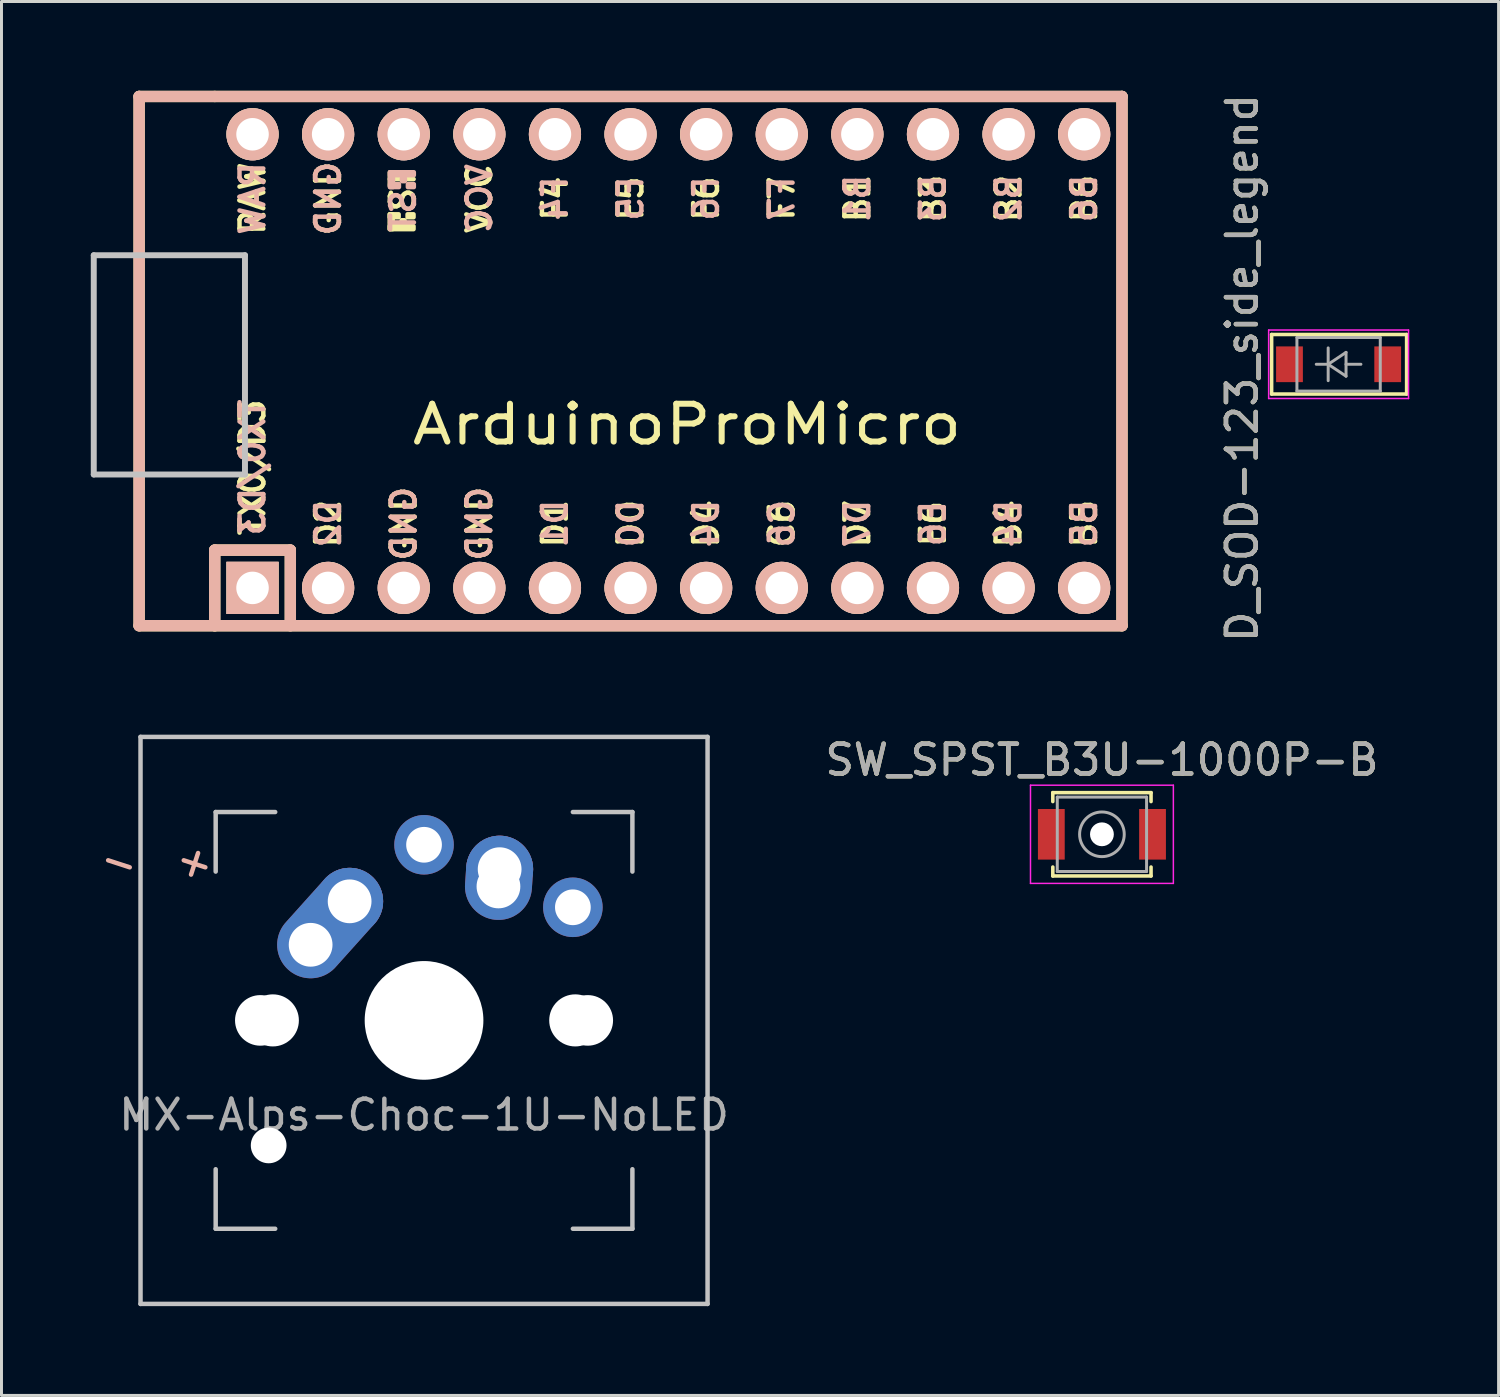
<source format=kicad_pcb>
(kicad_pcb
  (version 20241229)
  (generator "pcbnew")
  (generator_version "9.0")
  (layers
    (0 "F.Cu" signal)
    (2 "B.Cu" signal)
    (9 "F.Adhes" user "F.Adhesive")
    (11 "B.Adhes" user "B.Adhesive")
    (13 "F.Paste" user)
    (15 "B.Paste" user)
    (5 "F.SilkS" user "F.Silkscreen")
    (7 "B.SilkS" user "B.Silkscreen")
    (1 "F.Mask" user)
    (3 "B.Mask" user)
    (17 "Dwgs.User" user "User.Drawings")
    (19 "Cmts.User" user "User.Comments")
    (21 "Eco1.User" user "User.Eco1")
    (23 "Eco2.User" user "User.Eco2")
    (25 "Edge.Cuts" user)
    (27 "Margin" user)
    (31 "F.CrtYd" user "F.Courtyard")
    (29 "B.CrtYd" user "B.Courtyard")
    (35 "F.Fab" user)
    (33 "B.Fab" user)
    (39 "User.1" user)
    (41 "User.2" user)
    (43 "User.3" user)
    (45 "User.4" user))
  (footprint "D_SOD-123_side_legend"
    (layer "F.Cu")
    (at 41.921 9.188)
    (property "Reference" "D_SOD-123_side_legend" (at -3.239 0.127 270) (layer "F.SilkS") (effects (font (size 1 1) (thickness 0.15))))
    (attr smd)
    (fp_line (start -2.25 -1) (end -2.25 1) (stroke (width 0.12) (type solid)) (layer "F.SilkS"))
    (fp_line (start -2.25 -1) (end 2.286 -1) (stroke (width 0.12) (type solid)) (layer "F.SilkS"))
    (fp_line (start -2.25 1) (end 2.286 1) (stroke (width 0.12) (type solid)) (layer "F.SilkS"))
    (fp_line (start 2.286 -1) (end 2.286 1) (stroke (width 0.12) (type solid)) (layer "F.SilkS"))
    (fp_line (start -2.35 -1.15) (end -2.35 1.15) (stroke (width 0.05) (type solid)) (layer "F.CrtYd"))
    (fp_line (start -2.35 -1.15) (end 2.35 -1.15) (stroke (width 0.05) (type solid)) (layer "F.CrtYd"))
    (fp_line (start 2.35 -1.15) (end 2.35 1.15) (stroke (width 0.05) (type solid)) (layer "F.CrtYd"))
    (fp_line (start 2.35 1.15) (end -2.35 1.15) (stroke (width 0.05) (type solid)) (layer "F.CrtYd"))
    (fp_line (start -1.4 -0.9) (end 1.4 -0.9) (stroke (width 0.1) (type solid)) (layer "F.Fab"))
    (fp_line (start -1.4 0.9) (end -1.4 -0.9) (stroke (width 0.1) (type solid)) (layer "F.Fab"))
    (fp_line (start -0.75 0) (end -0.35 0) (stroke (width 0.1) (type solid)) (layer "F.Fab"))
    (fp_line (start -0.35 0) (end -0.35 -0.55) (stroke (width 0.1) (type solid)) (layer "F.Fab"))
    (fp_line (start -0.35 0) (end -0.35 0.55) (stroke (width 0.1) (type solid)) (layer "F.Fab"))
    (fp_line (start -0.35 0) (end 0.25 -0.4) (stroke (width 0.1) (type solid)) (layer "F.Fab"))
    (fp_line (start 0.25 -0.4) (end 0.25 0.4) (stroke (width 0.1) (type solid)) (layer "F.Fab"))
    (fp_line (start 0.25 0) (end 0.75 0) (stroke (width 0.1) (type solid)) (layer "F.Fab"))
    (fp_line (start 0.25 0.4) (end -0.35 0) (stroke (width 0.1) (type solid)) (layer "F.Fab"))
    (fp_line (start 1.4 -0.9) (end 1.4 0.9) (stroke (width 0.1) (type solid)) (layer "F.Fab"))
    (fp_line (start 1.4 0.9) (end -1.4 0.9) (stroke (width 0.1) (type solid)) (layer "F.Fab"))
    (fp_text user "${REFERENCE}" (at -3.239 0.127 270) (layer "F.Fab") (effects (font (size 1 1) (thickness 0.15))))
    (pad "1" smd rect (at -1.65 0) (size 0.9 1.2) (layers "F.Cu" "F.Mask" "F.Paste"))
    (pad "2" smd rect (at 1.65 0) (size 0.9 1.2) (layers "F.Cu" "F.Mask" "F.Paste")))
  (footprint "SW_SPST_B3U-1000P-B"
    (layer "F.Cu")
    (at 33.97 24.979)
    (property "Reference" "SW_SPST_B3U-1000P-B" (at 0 -2.5 180) (layer "F.SilkS") (effects (font (size 1 1) (thickness 0.15))))
    (attr smd)
    (fp_line (start -1.65 -1.4) (end 1.65 -1.4) (stroke (width 0.12) (type solid)) (layer "F.SilkS"))
    (fp_line (start -1.65 -1.1) (end -1.65 -1.4) (stroke (width 0.12) (type solid)) (layer "F.SilkS"))
    (fp_line (start -1.65 1.1) (end -1.65 1.4) (stroke (width 0.12) (type solid)) (layer "F.SilkS"))
    (fp_line (start -1.65 1.4) (end 1.65 1.4) (stroke (width 0.12) (type solid)) (layer "F.SilkS"))
    (fp_line (start 1.65 -1.4) (end 1.65 -1.1) (stroke (width 0.12) (type solid)) (layer "F.SilkS"))
    (fp_line (start 1.65 1.4) (end 1.65 1.1) (stroke (width 0.12) (type solid)) (layer "F.SilkS"))
    (fp_line (start -2.4 -1.65) (end -2.4 1.65) (stroke (width 0.05) (type solid)) (layer "F.CrtYd"))
    (fp_line (start -2.4 1.65) (end 2.4 1.65) (stroke (width 0.05) (type solid)) (layer "F.CrtYd"))
    (fp_line (start 2.4 -1.65) (end -2.4 -1.65) (stroke (width 0.05) (type solid)) (layer "F.CrtYd"))
    (fp_line (start 2.4 1.65) (end 2.4 -1.65) (stroke (width 0.05) (type solid)) (layer "F.CrtYd"))
    (fp_line (start -1.5 -1.25) (end 1.5 -1.25) (stroke (width 0.1) (type solid)) (layer "F.Fab"))
    (fp_line (start -1.5 1.25) (end -1.5 -1.25) (stroke (width 0.1) (type solid)) (layer "F.Fab"))
    (fp_line (start 1.5 -1.25) (end 1.5 1.25) (stroke (width 0.1) (type solid)) (layer "F.Fab"))
    (fp_line (start 1.5 1.25) (end -1.5 1.25) (stroke (width 0.1) (type solid)) (layer "F.Fab"))
    (fp_circle (center 0 0) (end 0.75 0) (stroke (width 0.1) (type solid)) (fill no) (layer "F.Fab"))
    (fp_text user "${REFERENCE}" (at 0 -2.5 180) (layer "F.Fab") (effects (font (size 1 1) (thickness 0.15))))
    (pad "" np_thru_hole circle (at 0 0) (size 0.8 0.8) (drill 0.8) (layers "*.Cu" "*.Mask"))
    (pad "1" smd rect (at -1.7 0) (size 0.9 1.7) (layers "F.Cu" "F.Mask" "F.Paste"))
    (pad "2" smd rect (at 1.7 0) (size 0.9 1.7) (layers "F.Cu" "F.Mask" "F.Paste")))
  (footprint "MX-Alps-Choc-1U-NoLED"
    (layer "F.Cu")
    (at 11.196 31.231)
    (property "Reference" "MX-Alps-Choc-1U-NoLED" (at 0 3.175 180) (layer "F.Fab") (effects (font (size 1 1) (thickness 0.15))))
    (attr through_hole)
    (fp_line (start -9.525 -9.525) (end 9.525 -9.525) (stroke (width 0.15) (type solid)) (layer "Dwgs.User"))
    (fp_line (start -9.525 9.525) (end -9.525 -9.525) (stroke (width 0.15) (type solid)) (layer "Dwgs.User"))
    (fp_line (start -7 -7) (end -7 -5) (stroke (width 0.15) (type solid)) (layer "Dwgs.User"))
    (fp_line (start -7 5) (end -7 7) (stroke (width 0.15) (type solid)) (layer "Dwgs.User"))
    (fp_line (start -7 7) (end -5 7) (stroke (width 0.15) (type solid)) (layer "Dwgs.User"))
    (fp_line (start -5 -7) (end -7 -7) (stroke (width 0.15) (type solid)) (layer "Dwgs.User"))
    (fp_line (start 5 -7) (end 7 -7) (stroke (width 0.15) (type solid)) (layer "Dwgs.User"))
    (fp_line (start 5 7) (end 7 7) (stroke (width 0.15) (type solid)) (layer "Dwgs.User"))
    (fp_line (start 7 -7) (end 7 -5) (stroke (width 0.15) (type solid)) (layer "Dwgs.User"))
    (fp_line (start 7 7) (end 7 5) (stroke (width 0.15) (type solid)) (layer "Dwgs.User"))
    (fp_line (start 9.525 -9.525) (end 9.525 9.525) (stroke (width 0.15) (type solid)) (layer "Dwgs.User"))
    (fp_line (start 9.525 9.525) (end -9.525 9.525) (stroke (width 0.15) (type solid)) (layer "Dwgs.User"))
    (fp_text user "-" (at -10.227 -5.331 342) (layer "B.SilkS") (effects (font (size 1 1) (thickness 0.15)) (justify mirror)))
    (fp_text user "+" (at -7.687 -5.331 342) (layer "B.SilkS") (effects (font (size 1 1) (thickness 0.15)) (justify mirror)))
    (pad "" np_thru_hole circle (at -5.5 0 48.1) (size 1.7 1.7) (drill 1.7) (layers "*.Cu" "*.Mask"))
    (pad "" np_thru_hole circle (at -5.22 4.2 48.1) (size 1.2 1.2) (drill 1.2) (layers "*.Cu" "*.Mask"))
    (pad "" np_thru_hole circle (at -5.08 0 48.1) (size 1.75 1.75) (drill 1.75) (layers "*.Cu" "*.Mask"))
    (pad "" np_thru_hole circle (at 0 0) (size 3.988 3.988) (drill 3.988) (layers "*.Cu" "*.Mask"))
    (pad "" np_thru_hole circle (at 5.08 0 48.1) (size 1.75 1.75) (drill 1.75) (layers "*.Cu" "*.Mask"))
    (pad "" np_thru_hole circle (at 5.5 0 48.1) (size 1.7 1.7) (drill 1.7) (layers "*.Cu" "*.Mask"))
    (pad "1" thru_hole oval (at 2.5 -4.5 86.1) (size 2.831 2.25) (drill 1.47 (offset 0.291 0)) (layers "*.Cu" "*.Mask"))
    (pad "1" thru_hole circle (at 2.54 -5.08) (size 2.25 2.25) (drill 1.47) (layers "*.Cu" "*.Mask"))
    (pad "1" thru_hole circle (at 5 -3.8) (size 2 2) (drill 1.2) (layers "*.Cu" "*.Mask"))
    (pad "2" thru_hole oval (at -3.81 -2.54 48.1) (size 4.212 2.25) (drill 1.47 (offset 0.981 0)) (layers "*.Cu" "*.Mask"))
    (pad "2" thru_hole circle (at -2.5 -4) (size 2.25 2.25) (drill 1.47) (layers "*.Cu" "*.Mask"))
    (pad "2" thru_hole circle (at 0 -5.9) (size 2 2) (drill 1.2) (layers "*.Cu" "*.Mask")))
  (footprint "ArduinoProMicro"
    (layer "F.Cu")
    (at 19.404 9.081)
    (property "Reference" "ArduinoProMicro" (at 0.63 2.126 180) (layer "F.SilkS") (effects (font (size 1.27 1.524) (thickness 0.203))))
    (attr through_hole)
    (fp_line (start -17.78 -8.89) (end -17.78 8.89) (stroke (width 0.381) (type solid)) (layer "F.SilkS"))
    (fp_line (start -17.78 8.89) (end -15.24 8.89) (stroke (width 0.381) (type solid)) (layer "F.SilkS"))
    (fp_line (start -15.24 -8.89) (end -17.78 -8.89) (stroke (width 0.381) (type solid)) (layer "F.SilkS"))
    (fp_line (start -15.24 6.35) (end -15.24 8.89) (stroke (width 0.381) (type solid)) (layer "F.SilkS"))
    (fp_line (start -15.24 6.35) (end -12.7 6.35) (stroke (width 0.381) (type solid)) (layer "F.SilkS"))
    (fp_line (start -15.24 8.89) (end 15.24 8.89) (stroke (width 0.381) (type solid)) (layer "F.SilkS"))
    (fp_line (start -12.7 6.35) (end -12.7 8.89) (stroke (width 0.381) (type solid)) (layer "F.SilkS"))
    (fp_line (start 15.24 -8.89) (end -15.24 -8.89) (stroke (width 0.381) (type solid)) (layer "F.SilkS"))
    (fp_line (start 15.24 8.89) (end 15.24 -8.89) (stroke (width 0.381) (type solid)) (layer "F.SilkS"))
    (fp_poly (pts (xy -9.361 -4.932) (xy -9.261 -4.932) (xy -9.261 -4.432) (xy -9.361 -4.432)) (stroke (width 0.15) (type solid)) (fill yes) (layer "F.SilkS"))
    (fp_poly (pts (xy -9.361 -4.932) (xy -9.061 -4.932) (xy -9.061 -4.832) (xy -9.361 -4.832)) (stroke (width 0.15) (type solid)) (fill yes) (layer "F.SilkS"))
    (fp_poly (pts (xy -9.361 -4.532) (xy -8.561 -4.532) (xy -8.561 -4.432) (xy -9.361 -4.432)) (stroke (width 0.15) (type solid)) (fill yes) (layer "F.SilkS"))
    (fp_poly (pts (xy -8.961 -4.732) (xy -8.861 -4.732) (xy -8.861 -4.632) (xy -8.961 -4.632)) (stroke (width 0.15) (type solid)) (fill yes) (layer "F.SilkS"))
    (fp_poly (pts (xy -8.761 -4.932) (xy -8.561 -4.932) (xy -8.561 -4.832) (xy -8.761 -4.832)) (stroke (width 0.15) (type solid)) (fill yes) (layer "F.SilkS"))
    (fp_line (start -17.78 -8.89) (end -17.78 8.89) (stroke (width 0.381) (type solid)) (layer "B.SilkS"))
    (fp_line (start -17.78 8.89) (end 15.24 8.89) (stroke (width 0.381) (type solid)) (layer "B.SilkS"))
    (fp_line (start -15.24 6.35) (end -15.24 8.89) (stroke (width 0.381) (type solid)) (layer "B.SilkS"))
    (fp_line (start -15.24 6.35) (end -12.7 6.35) (stroke (width 0.381) (type solid)) (layer "B.SilkS"))
    (fp_line (start -12.7 6.35) (end -12.7 8.89) (stroke (width 0.381) (type solid)) (layer "B.SilkS"))
    (fp_line (start 15.24 -8.89) (end -17.78 -8.89) (stroke (width 0.381) (type solid)) (layer "B.SilkS"))
    (fp_line (start 15.24 8.89) (end 15.24 -8.89) (stroke (width 0.381) (type solid)) (layer "B.SilkS"))
    (fp_poly (pts (xy -9.351 -6.245) (xy -8.551 -6.245) (xy -8.551 -6.345) (xy -9.351 -6.345)) (stroke (width 0.15) (type solid)) (fill yes) (layer "B.SilkS"))
    (fp_poly (pts (xy -9.351 -5.845) (xy -9.251 -5.845) (xy -9.251 -6.345) (xy -9.351 -6.345)) (stroke (width 0.15) (type solid)) (fill yes) (layer "B.SilkS"))
    (fp_poly (pts (xy -9.351 -5.845) (xy -9.051 -5.845) (xy -9.051 -5.945) (xy -9.351 -5.945)) (stroke (width 0.15) (type solid)) (fill yes) (layer "B.SilkS"))
    (fp_poly (pts (xy -8.951 -6.045) (xy -8.851 -6.045) (xy -8.851 -6.145) (xy -8.951 -6.145)) (stroke (width 0.15) (type solid)) (fill yes) (layer "B.SilkS"))
    (fp_poly (pts (xy -8.751 -5.845) (xy -8.551 -5.845) (xy -8.551 -5.945) (xy -8.751 -5.945)) (stroke (width 0.15) (type solid)) (fill yes) (layer "B.SilkS"))
    (fp_line (start -19.304 -3.556) (end -14.224 -3.556) (stroke (width 0.2) (type solid)) (layer "Dwgs.User"))
    (fp_line (start -19.304 3.81) (end -19.304 -3.556) (stroke (width 0.2) (type solid)) (layer "Dwgs.User"))
    (fp_line (start -14.224 -3.556) (end -14.224 3.81) (stroke (width 0.2) (type solid)) (layer "Dwgs.User"))
    (fp_line (start -14.224 3.81) (end -19.304 3.81) (stroke (width 0.2) (type solid)) (layer "Dwgs.User"))
    (fp_text user "VCC" (at -6.35 -5.461 270) (layer "F.SilkS") (effects (font (size 0.8 0.8) (thickness 0.15))))
    (fp_text user "D2" (at -11.43 5.461 270) (layer "F.SilkS") (effects (font (size 0.8 0.8) (thickness 0.15))))
    (fp_text user "F5" (at -1.27 -5.461 270) (layer "F.SilkS") (effects (font (size 0.8 0.8) (thickness 0.15))))
    (fp_text user "E6" (at 8.89 5.461 270) (layer "F.SilkS") (effects (font (size 0.8 0.8) (thickness 0.15))))
    (fp_text user "F6" (at 1.27 -5.461 270) (layer "F.SilkS") (effects (font (size 0.8 0.8) (thickness 0.15))))
    (fp_text user "ST" (at -8.92 -5.733 270) (layer "F.SilkS") (effects (font (size 0.8 0.8) (thickness 0.15))))
    (fp_text user "GND" (at -6.35 5.461 270) (layer "F.SilkS") (effects (font (size 0.8 0.8) (thickness 0.15))))
    (fp_text user "GND" (at -11.43 -5.461 270) (layer "F.SilkS") (effects (font (size 0.8 0.8) (thickness 0.15))))
    (fp_text user "B1" (at 6.35 -5.461 270) (layer "F.SilkS") (effects (font (size 0.8 0.8) (thickness 0.15))))
    (fp_text user "D0" (at -1.27 5.461 270) (layer "F.SilkS") (effects (font (size 0.8 0.8) (thickness 0.15))))
    (fp_text user "D1" (at -3.81 5.461 270) (layer "F.SilkS") (effects (font (size 0.8 0.8) (thickness 0.15))))
    (fp_text user "F4" (at -3.81 -5.461 270) (layer "F.SilkS") (effects (font (size 0.8 0.8) (thickness 0.15))))
    (fp_text user "B2" (at 11.43 -5.461 270) (layer "F.SilkS") (effects (font (size 0.8 0.8) (thickness 0.15))))
    (fp_text user "B6" (at 13.97 -5.461 270) (layer "F.SilkS") (effects (font (size 0.8 0.8) (thickness 0.15))))
    (fp_text user "TX0/D3" (at -13.97 3.572 270) (layer "F.SilkS") (effects (font (size 0.8 0.8) (thickness 0.15))))
    (fp_text user "B4" (at 11.43 5.461 270) (layer "F.SilkS") (effects (font (size 0.8 0.8) (thickness 0.15))))
    (fp_text user "B3" (at 8.89 -5.461 270) (layer "F.SilkS") (effects (font (size 0.8 0.8) (thickness 0.15))))
    (fp_text user "C6" (at 3.81 5.461 270) (layer "F.SilkS") (effects (font (size 0.8 0.8) (thickness 0.15))))
    (fp_text user "D4" (at 1.27 5.461 270) (layer "F.SilkS") (effects (font (size 0.8 0.8) (thickness 0.15))))
    (fp_text user "GND" (at -8.89 5.461 270) (layer "F.SilkS") (effects (font (size 0.8 0.8) (thickness 0.15))))
    (fp_text user "F7" (at 3.81 -5.461 270) (layer "F.SilkS") (effects (font (size 0.8 0.8) (thickness 0.15))))
    (fp_text user "RAW" (at -13.97 -5.461 270) (layer "F.SilkS") (effects (font (size 0.8 0.8) (thickness 0.15))))
    (fp_text user "B5" (at 13.97 5.461 270) (layer "F.SilkS") (effects (font (size 0.8 0.8) (thickness 0.15))))
    (fp_text user "D7" (at 6.35 5.461 270) (layer "F.SilkS") (effects (font (size 0.8 0.8) (thickness 0.15))))
    (fp_text user "B4" (at 11.43 5.461 270) (layer "B.SilkS") (effects (font (size 0.8 0.8) (thickness 0.15)) (justify mirror)))
    (fp_text user "VCC" (at -6.35 -5.461 270) (layer "B.SilkS") (effects (font (size 0.8 0.8) (thickness 0.15)) (justify mirror)))
    (fp_text user "F6" (at 1.27 -5.461 270) (layer "B.SilkS") (effects (font (size 0.8 0.8) (thickness 0.15)) (justify mirror)))
    (fp_text user "B1" (at 6.35 -5.461 270) (layer "B.SilkS") (effects (font (size 0.8 0.8) (thickness 0.15)) (justify mirror)))
    (fp_text user "C6" (at 3.81 5.461 270) (layer "B.SilkS") (effects (font (size 0.8 0.8) (thickness 0.15)) (justify mirror)))
    (fp_text user "GND" (at -6.35 5.461 270) (layer "B.SilkS") (effects (font (size 0.8 0.8) (thickness 0.15)) (justify mirror)))
    (fp_text user "ST" (at -8.91 -5.04 270) (layer "B.SilkS") (effects (font (size 0.8 0.8) (thickness 0.15)) (justify mirror)))
    (fp_text user "B5" (at 13.97 5.461 270) (layer "B.SilkS") (effects (font (size 0.8 0.8) (thickness 0.15)) (justify mirror)))
    (fp_text user "B6" (at 13.97 -5.461 270) (layer "B.SilkS") (effects (font (size 0.8 0.8) (thickness 0.15)) (justify mirror)))
    (fp_text user "D7" (at 6.35 5.461 270) (layer "B.SilkS") (effects (font (size 0.8 0.8) (thickness 0.15)) (justify mirror)))
    (fp_text user "D1" (at -3.81 5.461 270) (layer "B.SilkS") (effects (font (size 0.8 0.8) (thickness 0.15)) (justify mirror)))
    (fp_text user "RAW" (at -13.97 -5.461 270) (layer "B.SilkS") (effects (font (size 0.8 0.8) (thickness 0.15)) (justify mirror)))
    (fp_text user "D4" (at 1.27 5.461 270) (layer "B.SilkS") (effects (font (size 0.8 0.8) (thickness 0.15)) (justify mirror)))
    (fp_text user "GND" (at -11.43 -5.461 270) (layer "B.SilkS") (effects (font (size 0.8 0.8) (thickness 0.15)) (justify mirror)))
    (fp_text user "B3" (at 8.89 -5.461 270) (layer "B.SilkS") (effects (font (size 0.8 0.8) (thickness 0.15)) (justify mirror)))
    (fp_text user "D0" (at -1.27 5.461 270) (layer "B.SilkS") (effects (font (size 0.8 0.8) (thickness 0.15)) (justify mirror)))
    (fp_text user "E6" (at 8.89 5.461 270) (layer "B.SilkS") (effects (font (size 0.8 0.8) (thickness 0.15)) (justify mirror)))
    (fp_text user "F5" (at -1.27 -5.461 270) (layer "B.SilkS") (effects (font (size 0.8 0.8) (thickness 0.15)) (justify mirror)))
    (fp_text user "GND" (at -8.89 5.461 270) (layer "B.SilkS") (effects (font (size 0.8 0.8) (thickness 0.15)) (justify mirror)))
    (fp_text user "F7" (at 3.81 -5.461 270) (layer "B.SilkS") (effects (font (size 0.8 0.8) (thickness 0.15)) (justify mirror)))
    (fp_text user "TX0/D3" (at -13.97 3.572 270) (layer "B.SilkS") (effects (font (size 0.8 0.8) (thickness 0.15)) (justify mirror)))
    (fp_text user "B2" (at 11.43 -5.461 270) (layer "B.SilkS") (effects (font (size 0.8 0.8) (thickness 0.15)) (justify mirror)))
    (fp_text user "F4" (at -3.81 -5.461 270) (layer "B.SilkS") (effects (font (size 0.8 0.8) (thickness 0.15)) (justify mirror)))
    (fp_text user "D2" (at -11.43 5.461 270) (layer "B.SilkS") (effects (font (size 0.8 0.8) (thickness 0.15)) (justify mirror)))
    (pad "1" thru_hole rect (at -13.97 7.62) (size 1.753 1.753) (drill 1.092) (layers "*.Cu" "*.SilkS" "*.Mask"))
    (pad "2" thru_hole circle (at -11.43 7.62) (size 1.753 1.753) (drill 1.092) (layers "*.Cu" "*.SilkS" "*.Mask"))
    (pad "3" thru_hole circle (at -8.89 7.62) (size 1.753 1.753) (drill 1.092) (layers "*.Cu" "*.SilkS" "*.Mask"))
    (pad "4" thru_hole circle (at -6.35 7.62) (size 1.753 1.753) (drill 1.092) (layers "*.Cu" "*.SilkS" "*.Mask"))
    (pad "5" thru_hole circle (at -3.81 7.62) (size 1.753 1.753) (drill 1.092) (layers "*.Cu" "*.SilkS" "*.Mask"))
    (pad "6" thru_hole circle (at -1.27 7.62) (size 1.753 1.753) (drill 1.092) (layers "*.Cu" "*.SilkS" "*.Mask"))
    (pad "7" thru_hole circle (at 1.27 7.62) (size 1.753 1.753) (drill 1.092) (layers "*.Cu" "*.SilkS" "*.Mask"))
    (pad "8" thru_hole circle (at 3.81 7.62) (size 1.753 1.753) (drill 1.092) (layers "*.Cu" "*.SilkS" "*.Mask"))
    (pad "9" thru_hole circle (at 6.35 7.62) (size 1.753 1.753) (drill 1.092) (layers "*.Cu" "*.SilkS" "*.Mask"))
    (pad "10" thru_hole circle (at 8.89 7.62) (size 1.753 1.753) (drill 1.092) (layers "*.Cu" "*.SilkS" "*.Mask"))
    (pad "11" thru_hole circle (at 11.43 7.62) (size 1.753 1.753) (drill 1.092) (layers "*.Cu" "*.SilkS" "*.Mask"))
    (pad "12" thru_hole circle (at 13.97 7.62) (size 1.753 1.753) (drill 1.092) (layers "*.Cu" "*.SilkS" "*.Mask"))
    (pad "13" thru_hole circle (at 13.97 -7.62) (size 1.753 1.753) (drill 1.092) (layers "*.Cu" "*.SilkS" "*.Mask"))
    (pad "14" thru_hole circle (at 11.43 -7.62) (size 1.753 1.753) (drill 1.092) (layers "*.Cu" "*.SilkS" "*.Mask"))
    (pad "15" thru_hole circle (at 8.89 -7.62) (size 1.753 1.753) (drill 1.092) (layers "*.Cu" "*.SilkS" "*.Mask"))
    (pad "16" thru_hole circle (at 6.35 -7.62) (size 1.753 1.753) (drill 1.092) (layers "*.Cu" "*.SilkS" "*.Mask"))
    (pad "17" thru_hole circle (at 3.81 -7.62) (size 1.753 1.753) (drill 1.092) (layers "*.Cu" "*.SilkS" "*.Mask"))
    (pad "18" thru_hole circle (at 1.27 -7.62) (size 1.753 1.753) (drill 1.092) (layers "*.Cu" "*.SilkS" "*.Mask"))
    (pad "19" thru_hole circle (at -1.27 -7.62) (size 1.753 1.753) (drill 1.092) (layers "*.Cu" "*.SilkS" "*.Mask"))
    (pad "20" thru_hole circle (at -3.81 -7.62) (size 1.753 1.753) (drill 1.092) (layers "*.Cu" "*.SilkS" "*.Mask"))
    (pad "21" thru_hole circle (at -6.35 -7.62) (size 1.753 1.753) (drill 1.092) (layers "*.Cu" "*.SilkS" "*.Mask"))
    (pad "22" thru_hole circle (at -8.89 -7.62) (size 1.753 1.753) (drill 1.092) (layers "*.Cu" "*.SilkS" "*.Mask"))
    (pad "23" thru_hole circle (at -11.43 -7.62) (size 1.753 1.753) (drill 1.092) (layers "*.Cu" "*.SilkS" "*.Mask"))
    (pad "24" thru_hole circle (at -13.97 -7.62) (size 1.753 1.753) (drill 1.092) (layers "*.Cu" "*.SilkS" "*.Mask")))
  (gr_rect
    (start -3 -3)
    (end 47.296 43.831)
    (stroke (width 0.1) (type default))
    (fill no)
    (layer "Edge.Cuts")))
</source>
